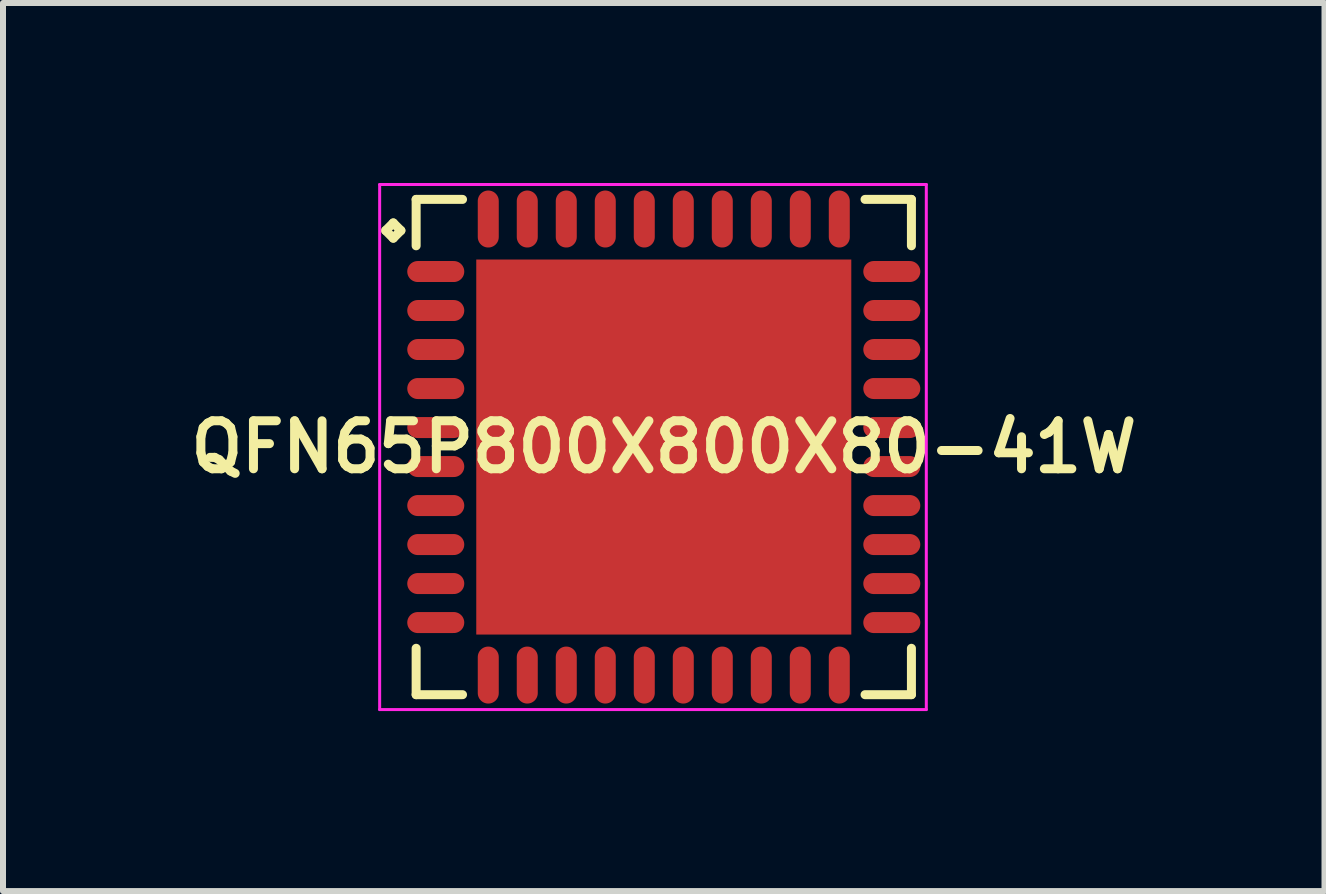
<source format=kicad_pcb>
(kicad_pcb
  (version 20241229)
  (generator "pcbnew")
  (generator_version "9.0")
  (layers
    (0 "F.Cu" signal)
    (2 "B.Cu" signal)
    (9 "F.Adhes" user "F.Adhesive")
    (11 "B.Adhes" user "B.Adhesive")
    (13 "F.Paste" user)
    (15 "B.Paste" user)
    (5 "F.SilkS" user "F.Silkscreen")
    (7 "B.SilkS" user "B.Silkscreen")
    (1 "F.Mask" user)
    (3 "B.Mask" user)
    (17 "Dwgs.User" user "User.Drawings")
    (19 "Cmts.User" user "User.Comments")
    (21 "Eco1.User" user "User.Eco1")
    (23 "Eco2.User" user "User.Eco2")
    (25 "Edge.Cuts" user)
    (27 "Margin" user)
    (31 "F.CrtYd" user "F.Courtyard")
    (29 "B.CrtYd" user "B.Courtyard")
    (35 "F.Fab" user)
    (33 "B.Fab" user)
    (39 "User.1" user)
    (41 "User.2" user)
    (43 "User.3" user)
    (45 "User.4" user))
  (footprint "QFN65P800X800X80-41W"
    (layer "F.Cu")
    (at 8.012 4.4)
    (property "Reference" "QFN65P800X800X80-41W" (at 0 0 0) (layer "F.SilkS") (effects (font (size 0.8 0.8) (thickness 0.15))))
    (attr smd)
    (fp_line (start -4.635 -3.608) (end -4.508 -3.735) (stroke (width 0.15) (type solid)) (layer "F.SilkS"))
    (fp_line (start -4.508 -3.735) (end -4.381 -3.608) (stroke (width 0.15) (type solid)) (layer "F.SilkS"))
    (fp_line (start -4.508 -3.481) (end -4.635 -3.608) (stroke (width 0.15) (type solid)) (layer "F.SilkS"))
    (fp_line (start -4.381 -3.608) (end -4.508 -3.481) (stroke (width 0.15) (type solid)) (layer "F.SilkS"))
    (fp_line (start -4.127 -4.127) (end -3.354 -4.127) (stroke (width 0.15) (type solid)) (layer "F.SilkS"))
    (fp_line (start -4.127 -3.354) (end -4.127 -4.127) (stroke (width 0.15) (type solid)) (layer "F.SilkS"))
    (fp_line (start -4.127 3.354) (end -4.127 4.127) (stroke (width 0.15) (type solid)) (layer "F.SilkS"))
    (fp_line (start -4.127 4.127) (end -3.354 4.127) (stroke (width 0.15) (type solid)) (layer "F.SilkS"))
    (fp_line (start 3.354 -4.127) (end 4.127 -4.127) (stroke (width 0.15) (type solid)) (layer "F.SilkS"))
    (fp_line (start 3.354 4.127) (end 4.127 4.127) (stroke (width 0.15) (type solid)) (layer "F.SilkS"))
    (fp_line (start 4.127 -4.127) (end 4.127 -3.354) (stroke (width 0.15) (type solid)) (layer "F.SilkS"))
    (fp_line (start 4.127 4.127) (end 4.127 3.354) (stroke (width 0.15) (type solid)) (layer "F.SilkS"))
    (fp_line (start -4.735 -4.375) (end 4.375 -4.375) (stroke (width 0.05) (type solid)) (layer "F.CrtYd"))
    (fp_line (start -4.735 4.375) (end -4.735 -4.375) (stroke (width 0.05) (type solid)) (layer "F.CrtYd"))
    (fp_line (start 4.375 -4.375) (end 4.375 4.375) (stroke (width 0.05) (type solid)) (layer "F.CrtYd"))
    (fp_line (start 4.375 4.375) (end -4.735 4.375) (stroke (width 0.05) (type solid)) (layer "F.CrtYd"))
    (pad "1" smd oval (at -3.8 -2.925) (size 0.95 0.35) (layers "F.Cu" "F.Mask" "F.Paste"))
    (pad "2" smd oval (at -3.8 -2.275) (size 0.95 0.35) (layers "F.Cu" "F.Mask" "F.Paste"))
    (pad "3" smd oval (at -3.8 -1.625) (size 0.95 0.35) (layers "F.Cu" "F.Mask" "F.Paste"))
    (pad "4" smd oval (at -3.8 -0.975) (size 0.95 0.35) (layers "F.Cu" "F.Mask" "F.Paste"))
    (pad "5" smd oval (at -3.8 -0.325) (size 0.95 0.35) (layers "F.Cu" "F.Mask" "F.Paste"))
    (pad "6" smd oval (at -3.8 0.325) (size 0.95 0.35) (layers "F.Cu" "F.Mask" "F.Paste"))
    (pad "7" smd oval (at -3.8 0.975) (size 0.95 0.35) (layers "F.Cu" "F.Mask" "F.Paste"))
    (pad "8" smd oval (at -3.8 1.625) (size 0.95 0.35) (layers "F.Cu" "F.Mask" "F.Paste"))
    (pad "9" smd oval (at -3.8 2.275) (size 0.95 0.35) (layers "F.Cu" "F.Mask" "F.Paste"))
    (pad "10" smd oval (at -3.8 2.925) (size 0.95 0.35) (layers "F.Cu" "F.Mask" "F.Paste"))
    (pad "11" smd oval (at -2.925 3.8) (size 0.35 0.95) (layers "F.Cu" "F.Mask" "F.Paste"))
    (pad "12" smd oval (at -2.275 3.8) (size 0.35 0.95) (layers "F.Cu" "F.Mask" "F.Paste"))
    (pad "13" smd oval (at -1.625 3.8) (size 0.35 0.95) (layers "F.Cu" "F.Mask" "F.Paste"))
    (pad "14" smd oval (at -0.975 3.8) (size 0.35 0.95) (layers "F.Cu" "F.Mask" "F.Paste"))
    (pad "15" smd oval (at -0.325 3.8) (size 0.35 0.95) (layers "F.Cu" "F.Mask" "F.Paste"))
    (pad "16" smd oval (at 0.325 3.8) (size 0.35 0.95) (layers "F.Cu" "F.Mask" "F.Paste"))
    (pad "17" smd oval (at 0.975 3.8) (size 0.35 0.95) (layers "F.Cu" "F.Mask" "F.Paste"))
    (pad "18" smd oval (at 1.625 3.8) (size 0.35 0.95) (layers "F.Cu" "F.Mask" "F.Paste"))
    (pad "19" smd oval (at 2.275 3.8) (size 0.35 0.95) (layers "F.Cu" "F.Mask" "F.Paste"))
    (pad "20" smd oval (at 2.925 3.8) (size 0.35 0.95) (layers "F.Cu" "F.Mask" "F.Paste"))
    (pad "21" smd oval (at 3.8 2.925) (size 0.95 0.35) (layers "F.Cu" "F.Mask" "F.Paste"))
    (pad "22" smd oval (at 3.8 2.275) (size 0.95 0.35) (layers "F.Cu" "F.Mask" "F.Paste"))
    (pad "23" smd oval (at 3.8 1.625) (size 0.95 0.35) (layers "F.Cu" "F.Mask" "F.Paste"))
    (pad "24" smd oval (at 3.8 0.975) (size 0.95 0.35) (layers "F.Cu" "F.Mask" "F.Paste"))
    (pad "25" smd oval (at 3.8 0.325) (size 0.95 0.35) (layers "F.Cu" "F.Mask" "F.Paste"))
    (pad "26" smd oval (at 3.8 -0.325) (size 0.95 0.35) (layers "F.Cu" "F.Mask" "F.Paste"))
    (pad "27" smd oval (at 3.8 -0.975) (size 0.95 0.35) (layers "F.Cu" "F.Mask" "F.Paste"))
    (pad "28" smd oval (at 3.8 -1.625) (size 0.95 0.35) (layers "F.Cu" "F.Mask" "F.Paste"))
    (pad "29" smd oval (at 3.8 -2.275) (size 0.95 0.35) (layers "F.Cu" "F.Mask" "F.Paste"))
    (pad "30" smd oval (at 3.8 -2.925) (size 0.95 0.35) (layers "F.Cu" "F.Mask" "F.Paste"))
    (pad "31" smd oval (at 2.925 -3.8) (size 0.35 0.95) (layers "F.Cu" "F.Mask" "F.Paste"))
    (pad "32" smd oval (at 2.275 -3.8) (size 0.35 0.95) (layers "F.Cu" "F.Mask" "F.Paste"))
    (pad "33" smd oval (at 1.625 -3.8) (size 0.35 0.95) (layers "F.Cu" "F.Mask" "F.Paste"))
    (pad "34" smd oval (at 0.975 -3.8) (size 0.35 0.95) (layers "F.Cu" "F.Mask" "F.Paste"))
    (pad "35" smd oval (at 0.325 -3.8) (size 0.35 0.95) (layers "F.Cu" "F.Mask" "F.Paste"))
    (pad "36" smd oval (at -0.325 -3.8) (size 0.35 0.95) (layers "F.Cu" "F.Mask" "F.Paste"))
    (pad "37" smd oval (at -0.975 -3.8) (size 0.35 0.95) (layers "F.Cu" "F.Mask" "F.Paste"))
    (pad "38" smd oval (at -1.625 -3.8) (size 0.35 0.95) (layers "F.Cu" "F.Mask" "F.Paste"))
    (pad "39" smd oval (at -2.275 -3.8) (size 0.35 0.95) (layers "F.Cu" "F.Mask" "F.Paste"))
    (pad "40" smd oval (at -2.925 -3.8) (size 0.35 0.95) (layers "F.Cu" "F.Mask" "F.Paste"))
    (pad "41" smd rect (at 0 0) (size 6.25 6.25) (layers "F.Cu" "F.Mask" "F.Paste")))
  (gr_rect
    (start -3 -3)
    (end 19.023 11.8)
    (stroke (width 0.1) (type default))
    (fill no)
    (layer "Edge.Cuts")))
</source>
